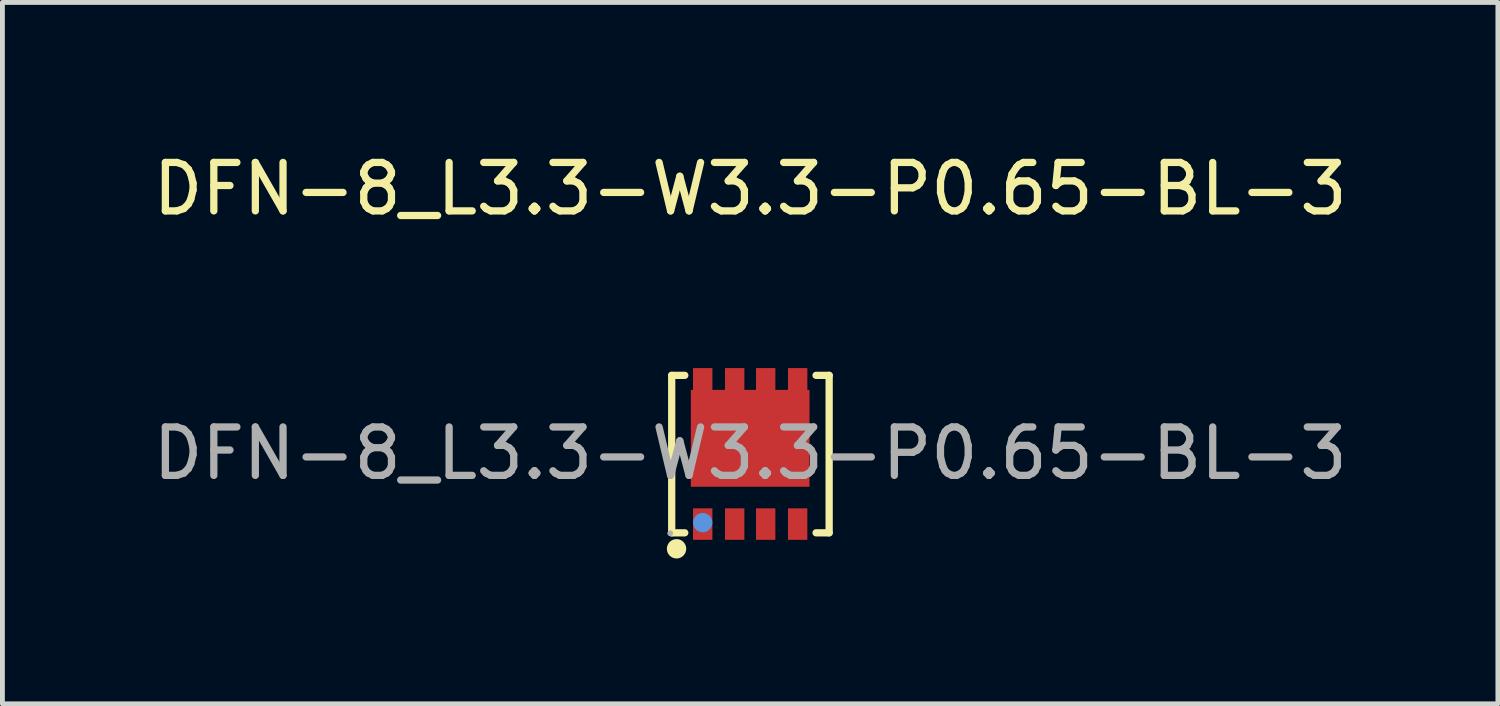
<source format=kicad_pcb>
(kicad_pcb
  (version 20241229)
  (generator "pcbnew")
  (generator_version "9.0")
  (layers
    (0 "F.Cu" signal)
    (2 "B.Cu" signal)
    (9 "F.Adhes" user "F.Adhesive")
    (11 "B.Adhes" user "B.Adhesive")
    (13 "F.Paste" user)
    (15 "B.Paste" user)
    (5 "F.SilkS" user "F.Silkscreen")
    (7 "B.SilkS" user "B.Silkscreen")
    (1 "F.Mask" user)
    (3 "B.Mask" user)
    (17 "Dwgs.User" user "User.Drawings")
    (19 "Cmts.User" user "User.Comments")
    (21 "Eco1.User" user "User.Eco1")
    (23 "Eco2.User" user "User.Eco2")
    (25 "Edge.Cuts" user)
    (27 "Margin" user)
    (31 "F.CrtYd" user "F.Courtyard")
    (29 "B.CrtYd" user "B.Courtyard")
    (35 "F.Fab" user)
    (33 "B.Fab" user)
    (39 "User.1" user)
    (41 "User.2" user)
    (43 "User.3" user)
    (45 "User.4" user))
  (footprint "DFN-8_L3.3-W3.3-P0.65-BL-3"
    (layer "F.Cu")
    (at 12.435 6.308)
    (property "Reference" "DFN-8_L3.3-W3.3-P0.65-BL-3" (at 0 -5.46 0) (layer "F.SilkS") (effects (font (size 1 1) (thickness 0.15))))
    (attr smd)
    (fp_line (start -1.62 -1.61) (end -1.35 -1.61) (stroke (width 0.15) (type solid)) (layer "F.SilkS"))
    (fp_line (start -1.62 1.64) (end -1.62 -1.61) (stroke (width 0.15) (type solid)) (layer "F.SilkS"))
    (fp_line (start -1.35 1.64) (end -1.62 1.64) (stroke (width 0.15) (type solid)) (layer "F.SilkS"))
    (fp_line (start 1.36 -1.61) (end 1.63 -1.61) (stroke (width 0.15) (type solid)) (layer "F.SilkS"))
    (fp_line (start 1.63 -1.61) (end 1.63 1.64) (stroke (width 0.15) (type solid)) (layer "F.SilkS"))
    (fp_line (start 1.63 1.64) (end 1.36 1.64) (stroke (width 0.15) (type solid)) (layer "F.SilkS"))
    (fp_circle (center -1.52 1.97) (end -1.42 1.97) (stroke (width 0.2) (type solid)) (fill no) (layer "F.SilkS"))
    (fp_circle (center -0.98 1.43) (end -0.88 1.43) (stroke (width 0.2) (type solid)) (fill no) (layer "Cmts.User"))
    (fp_circle (center -1.65 1.65) (end -1.62 1.65) (stroke (width 0.06) (type solid)) (fill no) (layer "F.Fab"))
    (fp_text user "${REFERENCE}" (at 0 0 0) (layer "F.Fab") (effects (font (size 1 1) (thickness 0.15))))
    (pad "1" smd rect (at -0.98 1.46) (size 0.4 0.65) (layers "F.Cu" "F.Mask" "F.Paste"))
    (pad "2" smd rect (at -0.32 1.46) (size 0.4 0.65) (layers "F.Cu" "F.Mask" "F.Paste"))
    (pad "3" smd rect (at 0.32 1.46) (size 0.4 0.65) (layers "F.Cu" "F.Mask" "F.Paste"))
    (pad "4" smd rect (at 0.98 1.46) (size 0.4 0.65) (layers "F.Cu" "F.Mask" "F.Paste"))
    (pad "5" smd rect (at 0.98 -1.46) (size 0.4 0.6) (layers "F.Cu" "F.Mask" "F.Paste"))
    (pad "6" smd rect (at 0.32 -1.46) (size 0.4 0.6) (layers "F.Cu" "F.Mask" "F.Paste"))
    (pad "7" smd rect (at -0.32 -1.46) (size 0.4 0.6) (layers "F.Cu" "F.Mask" "F.Paste"))
    (pad "8" smd rect (at -0.98 -1.46) (size 0.4 0.6) (layers "F.Cu" "F.Mask" "F.Paste"))
    (pad "9" smd rect (at 0 -0.31) (size 2.45 2) (layers "F.Cu" "F.Mask" "F.Paste")))
  (gr_rect
    (start -3 -3)
    (end 27.869 11.478)
    (stroke (width 0.1) (type default))
    (fill no)
    (layer "Edge.Cuts")))
</source>
